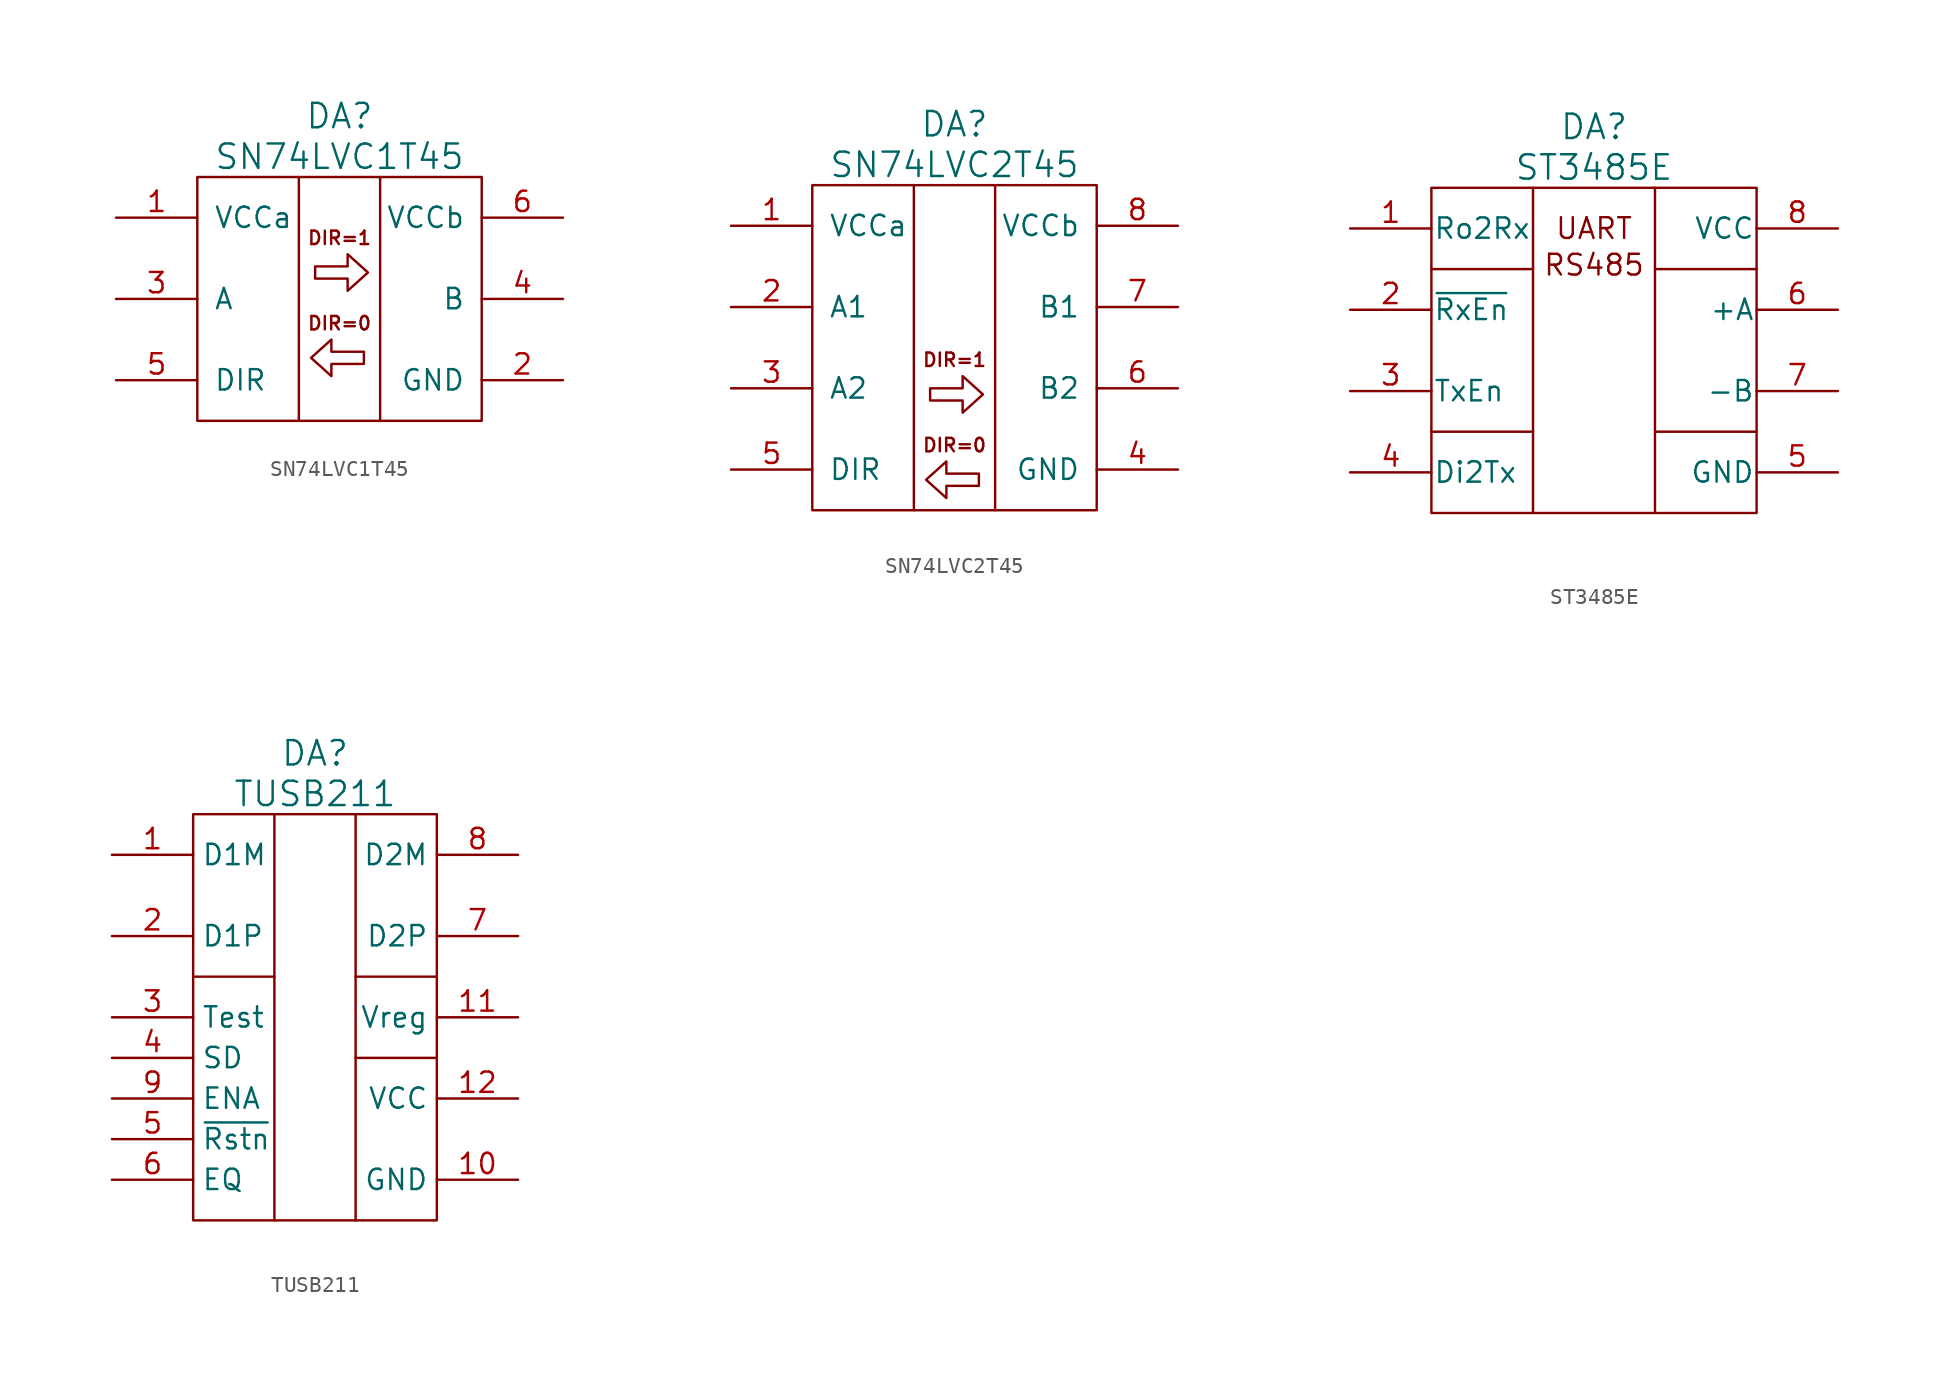
<source format=kicad_sym>
(kicad_symbol_lib
  (version 20220914)
  (generator kicad_symbol_editor)
  (symbol "SN74LVC1T45"
    (pin_names
      (offset 1.016))
    (property "Reference" "DA"
      (at 0 11.43 0)
      (effects (font (size 1.524 1.524))))
    (property "Value" "SN74LVC1T45"
      (at 0 8.89 0)
      (effects (font (size 1.524 1.524))))
    (property "Datasheet" ""
      (at -13.97 5.08 0)
      (effects (font (size 1.524 1.524))))
    (symbol "SN74LVC1T45_0_1"
      (rectangle (start -8.89 7.62) (end 8.89 -7.62) (stroke (width 0) (type solid)) (fill (type none)))
      (polyline (pts (xy -2.54 7.62) (xy -2.54 -7.62) (xy -2.54 -7.62)) (stroke (width 0) (type solid)) (fill (type none)))
      (polyline (pts (xy 2.54 -7.62) (xy 2.54 7.62) (xy 2.54 7.62)) (stroke (width 0) (type solid)) (fill (type none))))
    (symbol "SN74LVC1T45_1_1"
      (polyline (pts (xy -0.508 -2.54) (xy -0.508 -3.302) (xy 1.524 -3.302) (xy 1.524 -4.064) (xy -0.508 -4.064) (xy -0.508 -4.826) (xy -1.778 -3.683) (xy -0.508 -2.54)) (stroke (width 0) (type solid)) (fill (type none)))
      (polyline (pts (xy 0.508 2.794) (xy 0.508 2.032) (xy -1.524 2.032) (xy -1.524 1.27) (xy 0.508 1.27) (xy 0.508 0.508) (xy 1.778 1.651) (xy 0.508 2.794)) (stroke (width 0) (type solid)) (fill (type none)))
      (text "DIR=0" (at 0 -1.524 0) (effects (font (size 0.838 0.838))))
      (text "DIR=1" (at 0 3.81 0) (effects (font (size 0.838 0.838))))
      (pin power_in line (at -13.97 5.08 0) (length 5.08) (name "VCCa" (effects (font (size 1.27 1.27)))) (number "1" (effects (font (size 1.27 1.27)))))
      (pin power_in line (at 13.97 -5.08 180) (length 5.08) (name "GND" (effects (font (size 1.27 1.27)))) (number "2" (effects (font (size 1.27 1.27)))))
      (pin bidirectional line (at -13.97 0 0) (length 5.08) (name "A" (effects (font (size 1.27 1.27)))) (number "3" (effects (font (size 1.27 1.27)))))
      (pin bidirectional line (at 13.97 0 180) (length 5.08) (name "B" (effects (font (size 1.27 1.27)))) (number "4" (effects (font (size 1.27 1.27)))))
      (pin input line (at -13.97 -5.08 0) (length 5.08) (name "DIR" (effects (font (size 1.27 1.27)))) (number "5" (effects (font (size 1.27 1.27)))))
      (pin power_in line (at 13.97 5.08 180) (length 5.08) (name "VCCb" (effects (font (size 1.27 1.27)))) (number "6" (effects (font (size 1.27 1.27)))))))
  (symbol "SN74LVC2T45"
    (pin_names
      (offset 1.016))
    (property "Reference" "DA"
      (at 0 13.97 0)
      (effects (font (size 1.524 1.524))))
    (property "Value" "SN74LVC2T45"
      (at 0 11.43 0)
      (effects (font (size 1.524 1.524))))
    (property "Datasheet" ""
      (at -13.97 7.62 0)
      (effects (font (size 1.524 1.524))))
    (symbol "SN74LVC2T45_0_0"
      (polyline (pts (xy -0.508 -7.112) (xy -0.508 -7.874) (xy 1.524 -7.874) (xy 1.524 -8.636) (xy -0.508 -8.636) (xy -0.508 -9.398) (xy -1.778 -8.255) (xy -0.508 -7.112)) (stroke (width 0) (type solid)) (fill (type none)))
      (polyline (pts (xy 0.508 -1.778) (xy 0.508 -2.54) (xy -1.524 -2.54) (xy -1.524 -3.302) (xy 0.508 -3.302) (xy 0.508 -4.064) (xy 1.778 -2.921) (xy 0.508 -1.778)) (stroke (width 0) (type solid)) (fill (type none)))
      (text "DIR=0" (at 0 -6.096 0) (effects (font (size 0.838 0.838))))
      (text "DIR=1" (at 0 -0.762 0) (effects (font (size 0.838 0.838)))))
    (symbol "SN74LVC2T45_0_1"
      (rectangle (start -8.89 10.16) (end 8.89 -10.16) (stroke (width 0) (type solid)) (fill (type none)))
      (polyline (pts (xy -2.54 10.16) (xy -2.54 -10.16)) (stroke (width 0) (type solid)) (fill (type none)))
      (polyline (pts (xy 2.54 -10.16) (xy 2.54 10.16) (xy 2.54 10.16)) (stroke (width 0) (type solid)) (fill (type none))))
    (symbol "SN74LVC2T45_1_1"
      (pin power_in line (at -13.97 7.62 0) (length 5.08) (name "VCCa" (effects (font (size 1.27 1.27)))) (number "1" (effects (font (size 1.27 1.27)))))
      (pin bidirectional line (at -13.97 2.54 0) (length 5.08) (name "A1" (effects (font (size 1.27 1.27)))) (number "2" (effects (font (size 1.27 1.27)))))
      (pin bidirectional line (at -13.97 -2.54 0) (length 5.08) (name "A2" (effects (font (size 1.27 1.27)))) (number "3" (effects (font (size 1.27 1.27)))))
      (pin power_in line (at 13.97 -7.62 180) (length 5.08) (name "GND" (effects (font (size 1.27 1.27)))) (number "4" (effects (font (size 1.27 1.27)))))
      (pin input line (at -13.97 -7.62 0) (length 5.08) (name "DIR" (effects (font (size 1.27 1.27)))) (number "5" (effects (font (size 1.27 1.27)))))
      (pin bidirectional line (at 13.97 -2.54 180) (length 5.08) (name "B2" (effects (font (size 1.27 1.27)))) (number "6" (effects (font (size 1.27 1.27)))))
      (pin bidirectional line (at 13.97 2.54 180) (length 5.08) (name "B1" (effects (font (size 1.27 1.27)))) (number "7" (effects (font (size 1.27 1.27)))))
      (pin power_in line (at 13.97 7.62 180) (length 5.08) (name "VCCb" (effects (font (size 1.27 1.27)))) (number "8" (effects (font (size 1.27 1.27)))))))
  (symbol "ST3485E"
    (pin_names
      (offset 0.102))
    (property "Reference" "DA"
      (at 0 13.97 0)
      (effects (font (size 1.524 1.524))))
    (property "Value" "ST3485E"
      (at 0 11.43 0)
      (effects (font (size 1.524 1.524))))
    (property "Datasheet" ""
      (at 0 -11.43 0)
      (effects (font (size 1.524 1.524))))
    (symbol "ST3485E_0_0"
      (text "RS485" (at 0 5.334 0) (effects (font (size 1.295 1.295))))
      (text "UART" (at 0 7.62 0) (effects (font (size 1.295 1.295)))))
    (symbol "ST3485E_0_1"
      (rectangle (start -10.16 10.16) (end 10.16 -10.16) (stroke (width 0) (type solid)) (fill (type none)))
      (polyline (pts (xy -10.16 -5.08) (xy -3.81 -5.08)) (stroke (width 0) (type solid)) (fill (type none)))
      (polyline (pts (xy -10.16 5.08) (xy -3.81 5.08)) (stroke (width 0) (type solid)) (fill (type none)))
      (polyline (pts (xy 3.81 -5.08) (xy 10.16 -5.08)) (stroke (width 0) (type solid)) (fill (type none)))
      (polyline (pts (xy -3.81 10.16) (xy -3.81 -3.81) (xy -3.81 -10.16)) (stroke (width 0) (type solid)) (fill (type none)))
      (polyline (pts (xy 10.16 5.08) (xy 3.81 5.08) (xy 3.81 5.08)) (stroke (width 0) (type solid)) (fill (type none)))
      (polyline (pts (xy 3.81 -10.16) (xy 3.81 10.16) (xy 3.81 10.16) (xy 3.81 10.16)) (stroke (width 0) (type solid)) (fill (type none))))
    (symbol "ST3485E_1_1"
      (pin input line (at -15.24 7.62 0) (length 5.08) (name "Ro2Rx" (effects (font (size 1.27 1.27)))) (number "1" (effects (font (size 1.27 1.27)))))
      (pin passive line (at -15.24 2.54 0) (length 5.08) (name "~{RxEn}" (effects (font (size 1.27 1.27)))) (number "2" (effects (font (size 1.27 1.27)))))
      (pin passive line (at -15.24 -2.54 0) (length 5.08) (name "TxEn" (effects (font (size 1.27 1.27)))) (number "3" (effects (font (size 1.27 1.27)))))
      (pin output line (at -15.24 -7.62 0) (length 5.08) (name "Di2Tx" (effects (font (size 1.27 1.27)))) (number "4" (effects (font (size 1.27 1.27)))))
      (pin power_in line (at 15.24 -7.62 180) (length 5.08) (name "GND" (effects (font (size 1.27 1.27)))) (number "5" (effects (font (size 1.27 1.27)))))
      (pin input line (at 15.24 2.54 180) (length 5.08) (name "+A" (effects (font (size 1.27 1.27)))) (number "6" (effects (font (size 1.27 1.27)))))
      (pin passive line (at 15.24 -2.54 180) (length 5.08) (name "-B" (effects (font (size 1.27 1.27)))) (number "7" (effects (font (size 1.27 1.27)))))
      (pin power_in line (at 15.24 7.62 180) (length 5.08) (name "VCC" (effects (font (size 1.27 1.27)))) (number "8" (effects (font (size 1.27 1.27)))))))
  (symbol "TUSB211"
    (property "Reference" "DA"
      (at 0 16.51 0)
      (effects (font (size 1.524 1.524))))
    (property "Value" "TUSB211"
      (at 0 13.97 0)
      (effects (font (size 1.524 1.524))))
    (property "Datasheet" ""
      (at -0.635 5.08 0)
      (effects (font (size 1.524 1.524))))
    (symbol "TUSB211_0_1"
      (rectangle (start -7.62 12.7) (end 7.62 -12.7) (stroke (width 0) (type solid)) (fill (type none)))
      (polyline (pts (xy -2.54 2.54) (xy -7.62 2.54)) (stroke (width 0) (type solid)) (fill (type none)))
      (polyline (pts (xy -2.54 12.7) (xy -2.54 -12.7)) (stroke (width 0) (type solid)) (fill (type none)))
      (polyline (pts (xy 2.54 -2.54) (xy 7.62 -2.54)) (stroke (width 0) (type solid)) (fill (type none)))
      (polyline (pts (xy 2.54 2.54) (xy 7.62 2.54)) (stroke (width 0) (type solid)) (fill (type none)))
      (polyline (pts (xy 2.54 12.7) (xy 2.54 2.54) (xy 2.54 -12.7)) (stroke (width 0) (type solid)) (fill (type none))))
    (symbol "TUSB211_1_1"
      (pin passive line (at -12.7 10.16 0) (length 5.08) (name "D1M" (effects (font (size 1.27 1.27)))) (number "1" (effects (font (size 1.27 1.27)))))
      (pin power_in line (at 12.7 -10.16 180) (length 5.08) (name "GND" (effects (font (size 1.27 1.27)))) (number "10" (effects (font (size 1.27 1.27)))))
      (pin passive line (at 12.7 0 180) (length 5.08) (name "Vreg" (effects (font (size 1.27 1.27)))) (number "11" (effects (font (size 1.27 1.27)))))
      (pin power_in line (at 12.7 -5.08 180) (length 5.08) (name "VCC" (effects (font (size 1.27 1.27)))) (number "12" (effects (font (size 1.27 1.27)))))
      (pin passive line (at -12.7 5.08 0) (length 5.08) (name "D1P" (effects (font (size 1.27 1.27)))) (number "2" (effects (font (size 1.27 1.27)))))
      (pin passive line (at -12.7 0 0) (length 5.08) (name "Test" (effects (font (size 1.27 1.27)))) (number "3" (effects (font (size 1.27 1.27)))))
      (pin passive line (at -12.7 -2.54 0) (length 5.08) (name "SD" (effects (font (size 1.27 1.27)))) (number "4" (effects (font (size 1.27 1.27)))))
      (pin passive line (at -12.7 -7.62 0) (length 5.08) (name "~{Rstn}" (effects (font (size 1.27 1.27)))) (number "5" (effects (font (size 1.27 1.27)))))
      (pin passive line (at -12.7 -10.16 0) (length 5.08) (name "EQ" (effects (font (size 1.27 1.27)))) (number "6" (effects (font (size 1.27 1.27)))))
      (pin passive line (at 12.7 5.08 180) (length 5.08) (name "D2P" (effects (font (size 1.27 1.27)))) (number "7" (effects (font (size 1.27 1.27)))))
      (pin passive line (at 12.7 10.16 180) (length 5.08) (name "D2M" (effects (font (size 1.27 1.27)))) (number "8" (effects (font (size 1.27 1.27)))))
      (pin passive line (at -12.7 -5.08 0) (length 5.08) (name "ENA" (effects (font (size 1.27 1.27)))) (number "9" (effects (font (size 1.27 1.27))))))))
</source>
